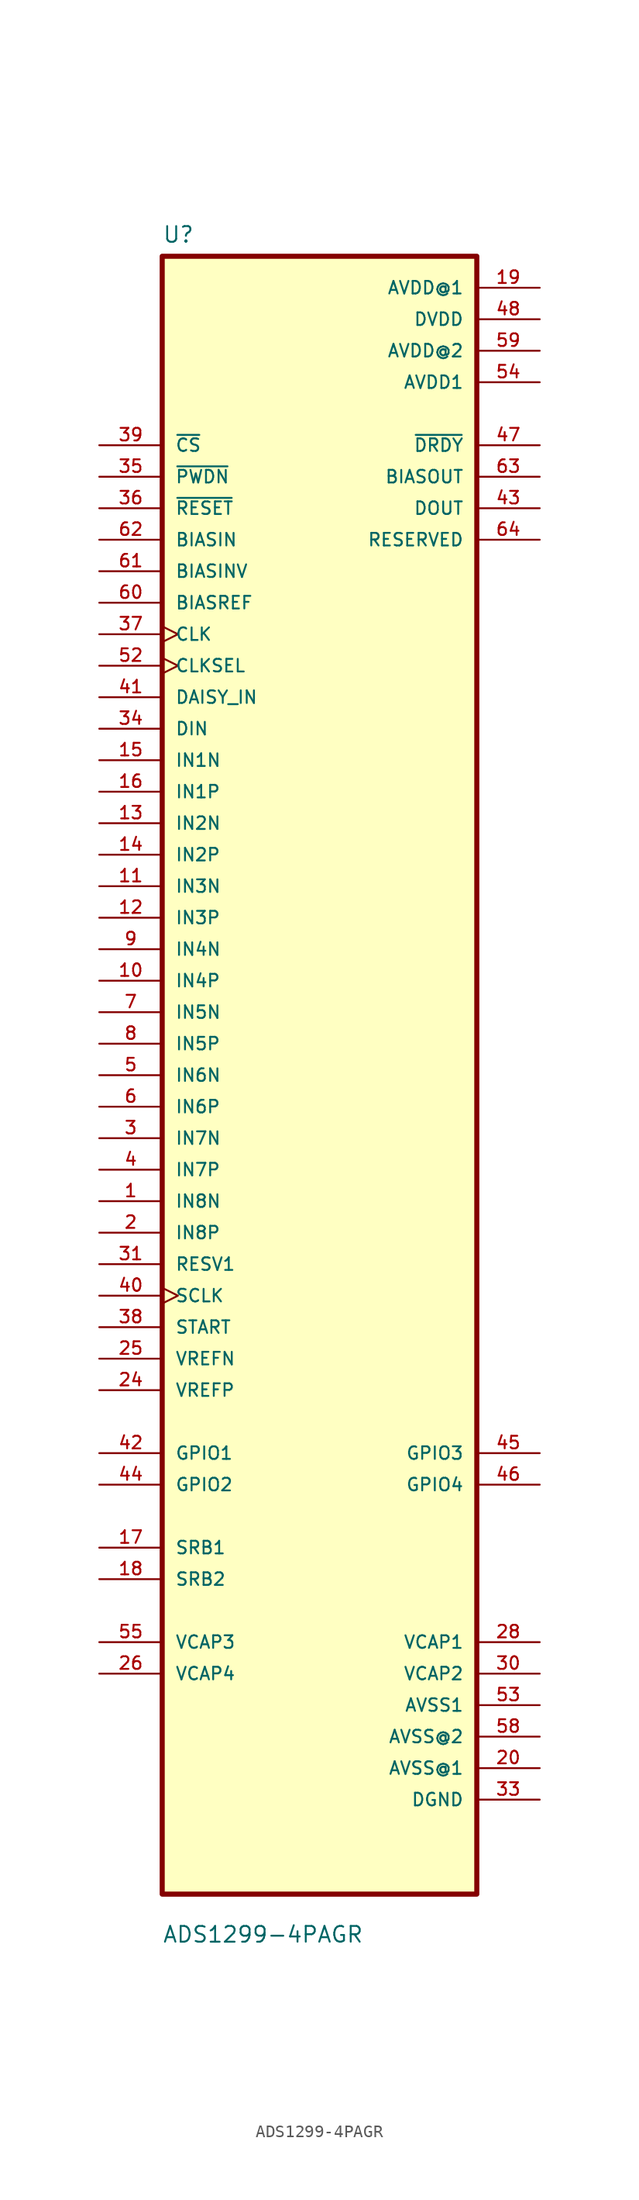
<source format=kicad_sym>
(kicad_symbol_lib
  (version 20211014)
  (generator kicad_symbol_editor)
  (symbol "ADS1299-4PAGR"
    (pin_names
      (offset 1.016))
    (property "Reference" "U"
      (at -12.7 67.04 0.0)
      (effects (font (size 1.27 1.27)) (justify bottom left)))
    (property "Value" "ADS1299-4PAGR"
      (at -12.7 -70.04 0.0)
      (effects (font (size 1.27 1.27)) (justify bottom left)))
    (symbol "ADS1299-4PAGR_0_0"
      (rectangle (start -12.7 -66.04) (end 12.7 66.04) (stroke (width 0.41)) (fill (type background)))
      (pin input line (at -17.78 50.8 0) (length 5.08) (name "~{CS}" (effects (font (size 1.016 1.016)))) (number "39" (effects (font (size 1.016 1.016)))))
      (pin input line (at -17.78 48.26 0) (length 5.08) (name "~{PWDN}" (effects (font (size 1.016 1.016)))) (number "35" (effects (font (size 1.016 1.016)))))
      (pin input line (at -17.78 45.72 0) (length 5.08) (name "~{RESET}" (effects (font (size 1.016 1.016)))) (number "36" (effects (font (size 1.016 1.016)))))
      (pin input line (at -17.78 43.18 0) (length 5.08) (name "BIASIN" (effects (font (size 1.016 1.016)))) (number "62" (effects (font (size 1.016 1.016)))))
      (pin input line (at -17.78 40.64 0) (length 5.08) (name "BIASINV" (effects (font (size 1.016 1.016)))) (number "61" (effects (font (size 1.016 1.016)))))
      (pin input line (at -17.78 38.1 0) (length 5.08) (name "BIASREF" (effects (font (size 1.016 1.016)))) (number "60" (effects (font (size 1.016 1.016)))))
      (pin input clock (at -17.78 35.56 0) (length 5.08) (name "CLK" (effects (font (size 1.016 1.016)))) (number "37" (effects (font (size 1.016 1.016)))))
      (pin input clock (at -17.78 33.02 0) (length 5.08) (name "CLKSEL" (effects (font (size 1.016 1.016)))) (number "52" (effects (font (size 1.016 1.016)))))
      (pin input line (at -17.78 30.48 0) (length 5.08) (name "DAISY_IN" (effects (font (size 1.016 1.016)))) (number "41" (effects (font (size 1.016 1.016)))))
      (pin input line (at -17.78 27.94 0) (length 5.08) (name "DIN" (effects (font (size 1.016 1.016)))) (number "34" (effects (font (size 1.016 1.016)))))
      (pin input line (at -17.78 25.4 0) (length 5.08) (name "IN1N" (effects (font (size 1.016 1.016)))) (number "15" (effects (font (size 1.016 1.016)))))
      (pin input line (at -17.78 22.86 0) (length 5.08) (name "IN1P" (effects (font (size 1.016 1.016)))) (number "16" (effects (font (size 1.016 1.016)))))
      (pin input line (at -17.78 20.32 0) (length 5.08) (name "IN2N" (effects (font (size 1.016 1.016)))) (number "13" (effects (font (size 1.016 1.016)))))
      (pin input line (at -17.78 17.78 0) (length 5.08) (name "IN2P" (effects (font (size 1.016 1.016)))) (number "14" (effects (font (size 1.016 1.016)))))
      (pin input line (at -17.78 15.24 0) (length 5.08) (name "IN3N" (effects (font (size 1.016 1.016)))) (number "11" (effects (font (size 1.016 1.016)))))
      (pin input line (at -17.78 12.7 0) (length 5.08) (name "IN3P" (effects (font (size 1.016 1.016)))) (number "12" (effects (font (size 1.016 1.016)))))
      (pin input line (at -17.78 10.16 0) (length 5.08) (name "IN4N" (effects (font (size 1.016 1.016)))) (number "9" (effects (font (size 1.016 1.016)))))
      (pin input line (at -17.78 7.62 0) (length 5.08) (name "IN4P" (effects (font (size 1.016 1.016)))) (number "10" (effects (font (size 1.016 1.016)))))
      (pin input line (at -17.78 5.08 0) (length 5.08) (name "IN5N" (effects (font (size 1.016 1.016)))) (number "7" (effects (font (size 1.016 1.016)))))
      (pin input line (at -17.78 2.54 0) (length 5.08) (name "IN5P" (effects (font (size 1.016 1.016)))) (number "8" (effects (font (size 1.016 1.016)))))
      (pin input line (at -17.78 2.4869e-14 0) (length 5.08) (name "IN6N" (effects (font (size 1.016 1.016)))) (number "5" (effects (font (size 1.016 1.016)))))
      (pin input line (at -17.78 -2.54 0) (length 5.08) (name "IN6P" (effects (font (size 1.016 1.016)))) (number "6" (effects (font (size 1.016 1.016)))))
      (pin input line (at -17.78 -5.08 0) (length 5.08) (name "IN7N" (effects (font (size 1.016 1.016)))) (number "3" (effects (font (size 1.016 1.016)))))
      (pin input line (at -17.78 -7.62 0) (length 5.08) (name "IN7P" (effects (font (size 1.016 1.016)))) (number "4" (effects (font (size 1.016 1.016)))))
      (pin input line (at -17.78 -10.16 0) (length 5.08) (name "IN8N" (effects (font (size 1.016 1.016)))) (number "1" (effects (font (size 1.016 1.016)))))
      (pin input line (at -17.78 -12.7 0) (length 5.08) (name "IN8P" (effects (font (size 1.016 1.016)))) (number "2" (effects (font (size 1.016 1.016)))))
      (pin input line (at -17.78 -15.24 0) (length 5.08) (name "RESV1" (effects (font (size 1.016 1.016)))) (number "31" (effects (font (size 1.016 1.016)))))
      (pin input clock (at -17.78 -17.78 0) (length 5.08) (name "SCLK" (effects (font (size 1.016 1.016)))) (number "40" (effects (font (size 1.016 1.016)))))
      (pin input line (at -17.78 -20.32 0) (length 5.08) (name "START" (effects (font (size 1.016 1.016)))) (number "38" (effects (font (size 1.016 1.016)))))
      (pin input line (at -17.78 -22.86 0) (length 5.08) (name "VREFN" (effects (font (size 1.016 1.016)))) (number "25" (effects (font (size 1.016 1.016)))))
      (pin input line (at -17.78 -25.4 0) (length 5.08) (name "VREFP" (effects (font (size 1.016 1.016)))) (number "24" (effects (font (size 1.016 1.016)))))
      (pin bidirectional line (at -17.78 -30.48 0) (length 5.08) (name "GPIO1" (effects (font (size 1.016 1.016)))) (number "42" (effects (font (size 1.016 1.016)))))
      (pin bidirectional line (at -17.78 -33.02 0) (length 5.08) (name "GPIO2" (effects (font (size 1.016 1.016)))) (number "44" (effects (font (size 1.016 1.016)))))
      (pin bidirectional line (at -17.78 -38.1 0) (length 5.08) (name "SRB1" (effects (font (size 1.016 1.016)))) (number "17" (effects (font (size 1.016 1.016)))))
      (pin bidirectional line (at -17.78 -40.64 0) (length 5.08) (name "SRB2" (effects (font (size 1.016 1.016)))) (number "18" (effects (font (size 1.016 1.016)))))
      (pin bidirectional line (at -17.78 -45.72 0) (length 5.08) (name "VCAP3" (effects (font (size 1.016 1.016)))) (number "55" (effects (font (size 1.016 1.016)))))
      (pin bidirectional line (at -17.78 -48.26 0) (length 5.08) (name "VCAP4" (effects (font (size 1.016 1.016)))) (number "26" (effects (font (size 1.016 1.016)))))
      (pin power_in line (at 17.78 63.5 180.0) (length 5.08) (name "AVDD@1" (effects (font (size 1.016 1.016)))) (number "19" (effects (font (size 1.016 1.016)))))
      (pin power_in line (at 17.78 63.5 180.0) (length 5.08) hide (name "AVDD@1" (effects (font (size 1.016 1.016)))) (number "21" (effects (font (size 1.016 1.016)))))
      (pin power_in line (at 17.78 63.5 180.0) (length 5.08) hide (name "AVDD@1" (effects (font (size 1.016 1.016)))) (number "22" (effects (font (size 1.016 1.016)))))
      (pin power_in line (at 17.78 63.5 180.0) (length 5.08) hide (name "AVDD@1" (effects (font (size 1.016 1.016)))) (number "56" (effects (font (size 1.016 1.016)))))
      (pin power_in line (at 17.78 60.96 180.0) (length 5.08) (name "DVDD" (effects (font (size 1.016 1.016)))) (number "48" (effects (font (size 1.016 1.016)))))
      (pin power_in line (at 17.78 60.96 180.0) (length 5.08) hide (name "DVDD" (effects (font (size 1.016 1.016)))) (number "50" (effects (font (size 1.016 1.016)))))
      (pin power_in line (at 17.78 58.42 180.0) (length 5.08) (name "AVDD@2" (effects (font (size 1.016 1.016)))) (number "59" (effects (font (size 1.016 1.016)))))
      (pin power_in line (at 17.78 55.88 180.0) (length 5.08) (name "AVDD1" (effects (font (size 1.016 1.016)))) (number "54" (effects (font (size 1.016 1.016)))))
      (pin output line (at 17.78 50.8 180.0) (length 5.08) (name "~{DRDY}" (effects (font (size 1.016 1.016)))) (number "47" (effects (font (size 1.016 1.016)))))
      (pin output line (at 17.78 48.26 180.0) (length 5.08) (name "BIASOUT" (effects (font (size 1.016 1.016)))) (number "63" (effects (font (size 1.016 1.016)))))
      (pin output line (at 17.78 45.72 180.0) (length 5.08) (name "DOUT" (effects (font (size 1.016 1.016)))) (number "43" (effects (font (size 1.016 1.016)))))
      (pin output line (at 17.78 43.18 180.0) (length 5.08) (name "RESERVED" (effects (font (size 1.016 1.016)))) (number "64" (effects (font (size 1.016 1.016)))))
      (pin output line (at 17.78 -45.72 180.0) (length 5.08) (name "VCAP1" (effects (font (size 1.016 1.016)))) (number "28" (effects (font (size 1.016 1.016)))))
      (pin output line (at 17.78 -48.26 180.0) (length 5.08) (name "VCAP2" (effects (font (size 1.016 1.016)))) (number "30" (effects (font (size 1.016 1.016)))))
      (pin bidirectional line (at 17.78 -30.48 180.0) (length 5.08) (name "GPIO3" (effects (font (size 1.016 1.016)))) (number "45" (effects (font (size 1.016 1.016)))))
      (pin bidirectional line (at 17.78 -33.02 180.0) (length 5.08) (name "GPIO4" (effects (font (size 1.016 1.016)))) (number "46" (effects (font (size 1.016 1.016)))))
      (pin power_in line (at 17.78 -50.8 180.0) (length 5.08) (name "AVSS1" (effects (font (size 1.016 1.016)))) (number "53" (effects (font (size 1.016 1.016)))))
      (pin power_in line (at 17.78 -53.34 180.0) (length 5.08) (name "AVSS@2" (effects (font (size 1.016 1.016)))) (number "58" (effects (font (size 1.016 1.016)))))
      (pin power_in line (at 17.78 -55.88 180.0) (length 5.08) (name "AVSS@1" (effects (font (size 1.016 1.016)))) (number "20" (effects (font (size 1.016 1.016)))))
      (pin power_in line (at 17.78 -55.88 180.0) (length 5.08) hide (name "AVSS@1" (effects (font (size 1.016 1.016)))) (number "23" (effects (font (size 1.016 1.016)))))
      (pin power_in line (at 17.78 -55.88 180.0) (length 5.08) hide (name "AVSS@1" (effects (font (size 1.016 1.016)))) (number "32" (effects (font (size 1.016 1.016)))))
      (pin power_in line (at 17.78 -55.88 180.0) (length 5.08) hide (name "AVSS@1" (effects (font (size 1.016 1.016)))) (number "57" (effects (font (size 1.016 1.016)))))
      (pin power_in line (at 17.78 -58.42 180.0) (length 5.08) (name "DGND" (effects (font (size 1.016 1.016)))) (number "33" (effects (font (size 1.016 1.016)))))
      (pin power_in line (at 17.78 -58.42 180.0) (length 5.08) hide (name "DGND" (effects (font (size 1.016 1.016)))) (number "49" (effects (font (size 1.016 1.016)))))
      (pin power_in line (at 17.78 -58.42 180.0) (length 5.08) hide (name "DGND" (effects (font (size 1.016 1.016)))) (number "51" (effects (font (size 1.016 1.016))))))))
</source>
